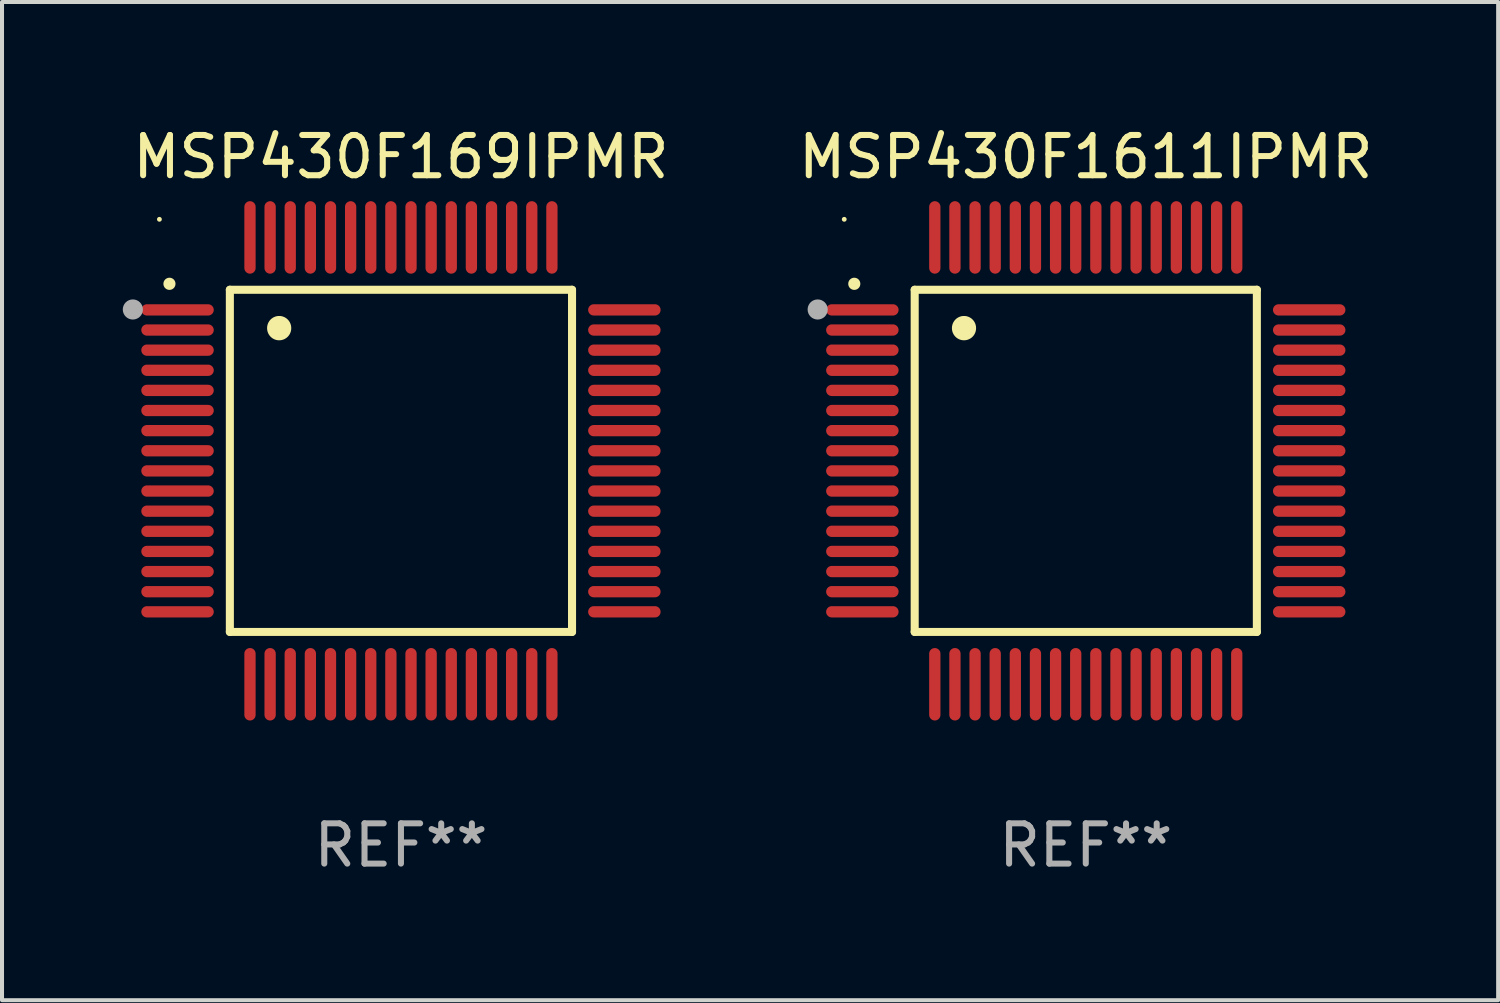
<source format=kicad_pcb>
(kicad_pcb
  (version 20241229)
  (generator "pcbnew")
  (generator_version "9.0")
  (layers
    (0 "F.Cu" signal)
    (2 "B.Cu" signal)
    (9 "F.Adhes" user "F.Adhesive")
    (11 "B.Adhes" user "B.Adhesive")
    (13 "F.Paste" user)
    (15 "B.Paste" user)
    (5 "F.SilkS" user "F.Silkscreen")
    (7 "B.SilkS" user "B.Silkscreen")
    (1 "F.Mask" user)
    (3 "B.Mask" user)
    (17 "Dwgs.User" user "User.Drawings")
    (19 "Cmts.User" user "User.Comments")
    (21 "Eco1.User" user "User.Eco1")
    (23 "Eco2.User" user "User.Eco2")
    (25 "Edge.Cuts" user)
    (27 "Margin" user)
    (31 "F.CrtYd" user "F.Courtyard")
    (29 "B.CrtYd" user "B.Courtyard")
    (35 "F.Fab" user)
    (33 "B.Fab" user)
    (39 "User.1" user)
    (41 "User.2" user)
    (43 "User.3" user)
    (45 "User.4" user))
  (footprint "MSP430F169IPMR"
    (layer "F.Cu")
    (at 6.91 8.398)
    (property "Reference" "MSP430F169IPMR" (at 0 -7.55 0) (layer "F.SilkS") (effects (font (size 1 1) (thickness 0.15))))
    (attr through_hole)
    (fp_line (start -4.25 -4.25) (end -4.25 4.25) (stroke (width 0.2) (type solid)) (layer "F.SilkS"))
    (fp_line (start -4.25 4.25) (end 4.25 4.25) (stroke (width 0.2) (type solid)) (layer "F.SilkS"))
    (fp_line (start 4.25 -4.25) (end -4.25 -4.25) (stroke (width 0.2) (type solid)) (layer "F.SilkS"))
    (fp_line (start 4.25 4.25) (end 4.25 -4.25) (stroke (width 0.2) (type solid)) (layer "F.SilkS"))
    (fp_arc (start -5.750572 -4.396749) (mid -5.750577 -4.398019) (end -5.750572 -4.399289) (stroke (width 0.3) (type solid)) (layer "F.SilkS"))
    (fp_arc (start -3.025146 -3.294387) (mid -3.025157 -3.296927) (end -3.025146 -3.299467) (stroke (width 0.6) (type solid)) (layer "F.SilkS"))
    (fp_circle (center -6 -6) (end -5.97 -6) (stroke (width 0.06) (type solid)) (fill no) (layer "F.SilkS"))
    (fp_circle (center -6.66 -3.76) (end -6.535 -3.76) (stroke (width 0.25) (type solid)) (fill no) (layer "F.Fab"))
    (fp_text user "REF**" (at 0 9.55 0) (layer "F.Fab") (effects (font (size 1 1) (thickness 0.15))))
    (pad "1" smd oval (at -5.55 -3.75) (size 1.8 0.28) (layers "F.Cu" "F.Mask" "F.Paste"))
    (pad "2" smd oval (at -5.55 -3.25) (size 1.8 0.28) (layers "F.Cu" "F.Mask" "F.Paste"))
    (pad "3" smd oval (at -5.55 -2.75) (size 1.8 0.28) (layers "F.Cu" "F.Mask" "F.Paste"))
    (pad "4" smd oval (at -5.55 -2.25) (size 1.8 0.28) (layers "F.Cu" "F.Mask" "F.Paste"))
    (pad "5" smd oval (at -5.55 -1.75) (size 1.8 0.28) (layers "F.Cu" "F.Mask" "F.Paste"))
    (pad "6" smd oval (at -5.55 -1.25) (size 1.8 0.28) (layers "F.Cu" "F.Mask" "F.Paste"))
    (pad "7" smd oval (at -5.55 -0.75) (size 1.8 0.28) (layers "F.Cu" "F.Mask" "F.Paste"))
    (pad "8" smd oval (at -5.55 -0.25) (size 1.8 0.28) (layers "F.Cu" "F.Mask" "F.Paste"))
    (pad "9" smd oval (at -5.55 0.25) (size 1.8 0.28) (layers "F.Cu" "F.Mask" "F.Paste"))
    (pad "10" smd oval (at -5.55 0.75) (size 1.8 0.28) (layers "F.Cu" "F.Mask" "F.Paste"))
    (pad "11" smd oval (at -5.55 1.25) (size 1.8 0.28) (layers "F.Cu" "F.Mask" "F.Paste"))
    (pad "12" smd oval (at -5.55 1.75) (size 1.8 0.28) (layers "F.Cu" "F.Mask" "F.Paste"))
    (pad "13" smd oval (at -5.55 2.25) (size 1.8 0.28) (layers "F.Cu" "F.Mask" "F.Paste"))
    (pad "14" smd oval (at -5.55 2.75) (size 1.8 0.28) (layers "F.Cu" "F.Mask" "F.Paste"))
    (pad "15" smd oval (at -5.55 3.25) (size 1.8 0.28) (layers "F.Cu" "F.Mask" "F.Paste"))
    (pad "16" smd oval (at -5.55 3.75) (size 1.8 0.28) (layers "F.Cu" "F.Mask" "F.Paste"))
    (pad "17" smd oval (at -3.75 5.55) (size 0.28 1.8) (layers "F.Cu" "F.Mask" "F.Paste"))
    (pad "18" smd oval (at -3.25 5.55) (size 0.28 1.8) (layers "F.Cu" "F.Mask" "F.Paste"))
    (pad "19" smd oval (at -2.75 5.55) (size 0.28 1.8) (layers "F.Cu" "F.Mask" "F.Paste"))
    (pad "20" smd oval (at -2.25 5.55) (size 0.28 1.8) (layers "F.Cu" "F.Mask" "F.Paste"))
    (pad "21" smd oval (at -1.75 5.55) (size 0.28 1.8) (layers "F.Cu" "F.Mask" "F.Paste"))
    (pad "22" smd oval (at -1.25 5.55) (size 0.28 1.8) (layers "F.Cu" "F.Mask" "F.Paste"))
    (pad "23" smd oval (at -0.75 5.55) (size 0.28 1.8) (layers "F.Cu" "F.Mask" "F.Paste"))
    (pad "24" smd oval (at -0.25 5.55) (size 0.28 1.8) (layers "F.Cu" "F.Mask" "F.Paste"))
    (pad "25" smd oval (at 0.25 5.55) (size 0.28 1.8) (layers "F.Cu" "F.Mask" "F.Paste"))
    (pad "26" smd oval (at 0.75 5.55) (size 0.28 1.8) (layers "F.Cu" "F.Mask" "F.Paste"))
    (pad "27" smd oval (at 1.25 5.55) (size 0.28 1.8) (layers "F.Cu" "F.Mask" "F.Paste"))
    (pad "28" smd oval (at 1.75 5.55) (size 0.28 1.8) (layers "F.Cu" "F.Mask" "F.Paste"))
    (pad "29" smd oval (at 2.25 5.55) (size 0.28 1.8) (layers "F.Cu" "F.Mask" "F.Paste"))
    (pad "30" smd oval (at 2.75 5.55) (size 0.28 1.8) (layers "F.Cu" "F.Mask" "F.Paste"))
    (pad "31" smd oval (at 3.25 5.55) (size 0.28 1.8) (layers "F.Cu" "F.Mask" "F.Paste"))
    (pad "32" smd oval (at 3.75 5.55) (size 0.28 1.8) (layers "F.Cu" "F.Mask" "F.Paste"))
    (pad "33" smd oval (at 5.55 3.75) (size 1.8 0.28) (layers "F.Cu" "F.Mask" "F.Paste"))
    (pad "34" smd oval (at 5.55 3.25) (size 1.8 0.28) (layers "F.Cu" "F.Mask" "F.Paste"))
    (pad "35" smd oval (at 5.55 2.75) (size 1.8 0.28) (layers "F.Cu" "F.Mask" "F.Paste"))
    (pad "36" smd oval (at 5.55 2.25) (size 1.8 0.28) (layers "F.Cu" "F.Mask" "F.Paste"))
    (pad "37" smd oval (at 5.55 1.75) (size 1.8 0.28) (layers "F.Cu" "F.Mask" "F.Paste"))
    (pad "38" smd oval (at 5.55 1.25) (size 1.8 0.28) (layers "F.Cu" "F.Mask" "F.Paste"))
    (pad "39" smd oval (at 5.55 0.75) (size 1.8 0.28) (layers "F.Cu" "F.Mask" "F.Paste"))
    (pad "40" smd oval (at 5.55 0.25) (size 1.8 0.28) (layers "F.Cu" "F.Mask" "F.Paste"))
    (pad "41" smd oval (at 5.55 -0.25) (size 1.8 0.28) (layers "F.Cu" "F.Mask" "F.Paste"))
    (pad "42" smd oval (at 5.55 -0.75) (size 1.8 0.28) (layers "F.Cu" "F.Mask" "F.Paste"))
    (pad "43" smd oval (at 5.55 -1.25) (size 1.8 0.28) (layers "F.Cu" "F.Mask" "F.Paste"))
    (pad "44" smd oval (at 5.55 -1.75) (size 1.8 0.28) (layers "F.Cu" "F.Mask" "F.Paste"))
    (pad "45" smd oval (at 5.55 -2.25) (size 1.8 0.28) (layers "F.Cu" "F.Mask" "F.Paste"))
    (pad "46" smd oval (at 5.55 -2.75) (size 1.8 0.28) (layers "F.Cu" "F.Mask" "F.Paste"))
    (pad "47" smd oval (at 5.55 -3.25) (size 1.8 0.28) (layers "F.Cu" "F.Mask" "F.Paste"))
    (pad "48" smd oval (at 5.55 -3.75) (size 1.8 0.28) (layers "F.Cu" "F.Mask" "F.Paste"))
    (pad "49" smd oval (at 3.75 -5.55) (size 0.28 1.8) (layers "F.Cu" "F.Mask" "F.Paste"))
    (pad "50" smd oval (at 3.25 -5.55) (size 0.28 1.8) (layers "F.Cu" "F.Mask" "F.Paste"))
    (pad "51" smd oval (at 2.75 -5.55) (size 0.28 1.8) (layers "F.Cu" "F.Mask" "F.Paste"))
    (pad "52" smd oval (at 2.25 -5.55) (size 0.28 1.8) (layers "F.Cu" "F.Mask" "F.Paste"))
    (pad "53" smd oval (at 1.75 -5.55) (size 0.28 1.8) (layers "F.Cu" "F.Mask" "F.Paste"))
    (pad "54" smd oval (at 1.25 -5.55) (size 0.28 1.8) (layers "F.Cu" "F.Mask" "F.Paste"))
    (pad "55" smd oval (at 0.75 -5.55) (size 0.28 1.8) (layers "F.Cu" "F.Mask" "F.Paste"))
    (pad "56" smd oval (at 0.25 -5.55) (size 0.28 1.8) (layers "F.Cu" "F.Mask" "F.Paste"))
    (pad "57" smd oval (at -0.25 -5.55) (size 0.28 1.8) (layers "F.Cu" "F.Mask" "F.Paste"))
    (pad "58" smd oval (at -0.75 -5.55) (size 0.28 1.8) (layers "F.Cu" "F.Mask" "F.Paste"))
    (pad "59" smd oval (at -1.25 -5.55) (size 0.28 1.8) (layers "F.Cu" "F.Mask" "F.Paste"))
    (pad "60" smd oval (at -1.75 -5.55) (size 0.28 1.8) (layers "F.Cu" "F.Mask" "F.Paste"))
    (pad "61" smd oval (at -2.25 -5.55) (size 0.28 1.8) (layers "F.Cu" "F.Mask" "F.Paste"))
    (pad "62" smd oval (at -2.75 -5.55) (size 0.28 1.8) (layers "F.Cu" "F.Mask" "F.Paste"))
    (pad "63" smd oval (at -3.25 -5.55) (size 0.28 1.8) (layers "F.Cu" "F.Mask" "F.Paste"))
    (pad "64" smd oval (at -3.75 -5.55) (size 0.28 1.8) (layers "F.Cu" "F.Mask" "F.Paste")))
  (footprint "MSP430F1611IPMR"
    (layer "F.Cu")
    (at 23.922 8.398)
    (property "Reference" "MSP430F1611IPMR" (at 0 -7.55 0) (layer "F.SilkS") (effects (font (size 1 1) (thickness 0.15))))
    (attr through_hole)
    (fp_line (start -4.25 -4.25) (end -4.25 4.25) (stroke (width 0.2) (type solid)) (layer "F.SilkS"))
    (fp_line (start -4.25 4.25) (end 4.25 4.25) (stroke (width 0.2) (type solid)) (layer "F.SilkS"))
    (fp_line (start 4.25 -4.25) (end -4.25 -4.25) (stroke (width 0.2) (type solid)) (layer "F.SilkS"))
    (fp_line (start 4.25 4.25) (end 4.25 -4.25) (stroke (width 0.2) (type solid)) (layer "F.SilkS"))
    (fp_arc (start -5.750572 -4.396749) (mid -5.750577 -4.398019) (end -5.750572 -4.399289) (stroke (width 0.3) (type solid)) (layer "F.SilkS"))
    (fp_arc (start -3.025146 -3.294387) (mid -3.025157 -3.296927) (end -3.025146 -3.299467) (stroke (width 0.6) (type solid)) (layer "F.SilkS"))
    (fp_circle (center -6 -6) (end -5.97 -6) (stroke (width 0.06) (type solid)) (fill no) (layer "F.SilkS"))
    (fp_circle (center -6.66 -3.76) (end -6.535 -3.76) (stroke (width 0.25) (type solid)) (fill no) (layer "F.Fab"))
    (fp_text user "REF**" (at 0 9.55 0) (layer "F.Fab") (effects (font (size 1 1) (thickness 0.15))))
    (pad "1" smd oval (at -5.55 -3.75) (size 1.8 0.28) (layers "F.Cu" "F.Mask" "F.Paste"))
    (pad "2" smd oval (at -5.55 -3.25) (size 1.8 0.28) (layers "F.Cu" "F.Mask" "F.Paste"))
    (pad "3" smd oval (at -5.55 -2.75) (size 1.8 0.28) (layers "F.Cu" "F.Mask" "F.Paste"))
    (pad "4" smd oval (at -5.55 -2.25) (size 1.8 0.28) (layers "F.Cu" "F.Mask" "F.Paste"))
    (pad "5" smd oval (at -5.55 -1.75) (size 1.8 0.28) (layers "F.Cu" "F.Mask" "F.Paste"))
    (pad "6" smd oval (at -5.55 -1.25) (size 1.8 0.28) (layers "F.Cu" "F.Mask" "F.Paste"))
    (pad "7" smd oval (at -5.55 -0.75) (size 1.8 0.28) (layers "F.Cu" "F.Mask" "F.Paste"))
    (pad "8" smd oval (at -5.55 -0.25) (size 1.8 0.28) (layers "F.Cu" "F.Mask" "F.Paste"))
    (pad "9" smd oval (at -5.55 0.25) (size 1.8 0.28) (layers "F.Cu" "F.Mask" "F.Paste"))
    (pad "10" smd oval (at -5.55 0.75) (size 1.8 0.28) (layers "F.Cu" "F.Mask" "F.Paste"))
    (pad "11" smd oval (at -5.55 1.25) (size 1.8 0.28) (layers "F.Cu" "F.Mask" "F.Paste"))
    (pad "12" smd oval (at -5.55 1.75) (size 1.8 0.28) (layers "F.Cu" "F.Mask" "F.Paste"))
    (pad "13" smd oval (at -5.55 2.25) (size 1.8 0.28) (layers "F.Cu" "F.Mask" "F.Paste"))
    (pad "14" smd oval (at -5.55 2.75) (size 1.8 0.28) (layers "F.Cu" "F.Mask" "F.Paste"))
    (pad "15" smd oval (at -5.55 3.25) (size 1.8 0.28) (layers "F.Cu" "F.Mask" "F.Paste"))
    (pad "16" smd oval (at -5.55 3.75) (size 1.8 0.28) (layers "F.Cu" "F.Mask" "F.Paste"))
    (pad "17" smd oval (at -3.75 5.55) (size 0.28 1.8) (layers "F.Cu" "F.Mask" "F.Paste"))
    (pad "18" smd oval (at -3.25 5.55) (size 0.28 1.8) (layers "F.Cu" "F.Mask" "F.Paste"))
    (pad "19" smd oval (at -2.75 5.55) (size 0.28 1.8) (layers "F.Cu" "F.Mask" "F.Paste"))
    (pad "20" smd oval (at -2.25 5.55) (size 0.28 1.8) (layers "F.Cu" "F.Mask" "F.Paste"))
    (pad "21" smd oval (at -1.75 5.55) (size 0.28 1.8) (layers "F.Cu" "F.Mask" "F.Paste"))
    (pad "22" smd oval (at -1.25 5.55) (size 0.28 1.8) (layers "F.Cu" "F.Mask" "F.Paste"))
    (pad "23" smd oval (at -0.75 5.55) (size 0.28 1.8) (layers "F.Cu" "F.Mask" "F.Paste"))
    (pad "24" smd oval (at -0.25 5.55) (size 0.28 1.8) (layers "F.Cu" "F.Mask" "F.Paste"))
    (pad "25" smd oval (at 0.25 5.55) (size 0.28 1.8) (layers "F.Cu" "F.Mask" "F.Paste"))
    (pad "26" smd oval (at 0.75 5.55) (size 0.28 1.8) (layers "F.Cu" "F.Mask" "F.Paste"))
    (pad "27" smd oval (at 1.25 5.55) (size 0.28 1.8) (layers "F.Cu" "F.Mask" "F.Paste"))
    (pad "28" smd oval (at 1.75 5.55) (size 0.28 1.8) (layers "F.Cu" "F.Mask" "F.Paste"))
    (pad "29" smd oval (at 2.25 5.55) (size 0.28 1.8) (layers "F.Cu" "F.Mask" "F.Paste"))
    (pad "30" smd oval (at 2.75 5.55) (size 0.28 1.8) (layers "F.Cu" "F.Mask" "F.Paste"))
    (pad "31" smd oval (at 3.25 5.55) (size 0.28 1.8) (layers "F.Cu" "F.Mask" "F.Paste"))
    (pad "32" smd oval (at 3.75 5.55) (size 0.28 1.8) (layers "F.Cu" "F.Mask" "F.Paste"))
    (pad "33" smd oval (at 5.55 3.75) (size 1.8 0.28) (layers "F.Cu" "F.Mask" "F.Paste"))
    (pad "34" smd oval (at 5.55 3.25) (size 1.8 0.28) (layers "F.Cu" "F.Mask" "F.Paste"))
    (pad "35" smd oval (at 5.55 2.75) (size 1.8 0.28) (layers "F.Cu" "F.Mask" "F.Paste"))
    (pad "36" smd oval (at 5.55 2.25) (size 1.8 0.28) (layers "F.Cu" "F.Mask" "F.Paste"))
    (pad "37" smd oval (at 5.55 1.75) (size 1.8 0.28) (layers "F.Cu" "F.Mask" "F.Paste"))
    (pad "38" smd oval (at 5.55 1.25) (size 1.8 0.28) (layers "F.Cu" "F.Mask" "F.Paste"))
    (pad "39" smd oval (at 5.55 0.75) (size 1.8 0.28) (layers "F.Cu" "F.Mask" "F.Paste"))
    (pad "40" smd oval (at 5.55 0.25) (size 1.8 0.28) (layers "F.Cu" "F.Mask" "F.Paste"))
    (pad "41" smd oval (at 5.55 -0.25) (size 1.8 0.28) (layers "F.Cu" "F.Mask" "F.Paste"))
    (pad "42" smd oval (at 5.55 -0.75) (size 1.8 0.28) (layers "F.Cu" "F.Mask" "F.Paste"))
    (pad "43" smd oval (at 5.55 -1.25) (size 1.8 0.28) (layers "F.Cu" "F.Mask" "F.Paste"))
    (pad "44" smd oval (at 5.55 -1.75) (size 1.8 0.28) (layers "F.Cu" "F.Mask" "F.Paste"))
    (pad "45" smd oval (at 5.55 -2.25) (size 1.8 0.28) (layers "F.Cu" "F.Mask" "F.Paste"))
    (pad "46" smd oval (at 5.55 -2.75) (size 1.8 0.28) (layers "F.Cu" "F.Mask" "F.Paste"))
    (pad "47" smd oval (at 5.55 -3.25) (size 1.8 0.28) (layers "F.Cu" "F.Mask" "F.Paste"))
    (pad "48" smd oval (at 5.55 -3.75) (size 1.8 0.28) (layers "F.Cu" "F.Mask" "F.Paste"))
    (pad "49" smd oval (at 3.75 -5.55) (size 0.28 1.8) (layers "F.Cu" "F.Mask" "F.Paste"))
    (pad "50" smd oval (at 3.25 -5.55) (size 0.28 1.8) (layers "F.Cu" "F.Mask" "F.Paste"))
    (pad "51" smd oval (at 2.75 -5.55) (size 0.28 1.8) (layers "F.Cu" "F.Mask" "F.Paste"))
    (pad "52" smd oval (at 2.25 -5.55) (size 0.28 1.8) (layers "F.Cu" "F.Mask" "F.Paste"))
    (pad "53" smd oval (at 1.75 -5.55) (size 0.28 1.8) (layers "F.Cu" "F.Mask" "F.Paste"))
    (pad "54" smd oval (at 1.25 -5.55) (size 0.28 1.8) (layers "F.Cu" "F.Mask" "F.Paste"))
    (pad "55" smd oval (at 0.75 -5.55) (size 0.28 1.8) (layers "F.Cu" "F.Mask" "F.Paste"))
    (pad "56" smd oval (at 0.25 -5.55) (size 0.28 1.8) (layers "F.Cu" "F.Mask" "F.Paste"))
    (pad "57" smd oval (at -0.25 -5.55) (size 0.28 1.8) (layers "F.Cu" "F.Mask" "F.Paste"))
    (pad "58" smd oval (at -0.75 -5.55) (size 0.28 1.8) (layers "F.Cu" "F.Mask" "F.Paste"))
    (pad "59" smd oval (at -1.25 -5.55) (size 0.28 1.8) (layers "F.Cu" "F.Mask" "F.Paste"))
    (pad "60" smd oval (at -1.75 -5.55) (size 0.28 1.8) (layers "F.Cu" "F.Mask" "F.Paste"))
    (pad "61" smd oval (at -2.25 -5.55) (size 0.28 1.8) (layers "F.Cu" "F.Mask" "F.Paste"))
    (pad "62" smd oval (at -2.75 -5.55) (size 0.28 1.8) (layers "F.Cu" "F.Mask" "F.Paste"))
    (pad "63" smd oval (at -3.25 -5.55) (size 0.28 1.8) (layers "F.Cu" "F.Mask" "F.Paste"))
    (pad "64" smd oval (at -3.75 -5.55) (size 0.28 1.8) (layers "F.Cu" "F.Mask" "F.Paste")))
  (gr_rect
    (start -3 -3)
    (end 34.166 21.796)
    (stroke (width 0.1) (type default))
    (fill no)
    (layer "Edge.Cuts")))
</source>
